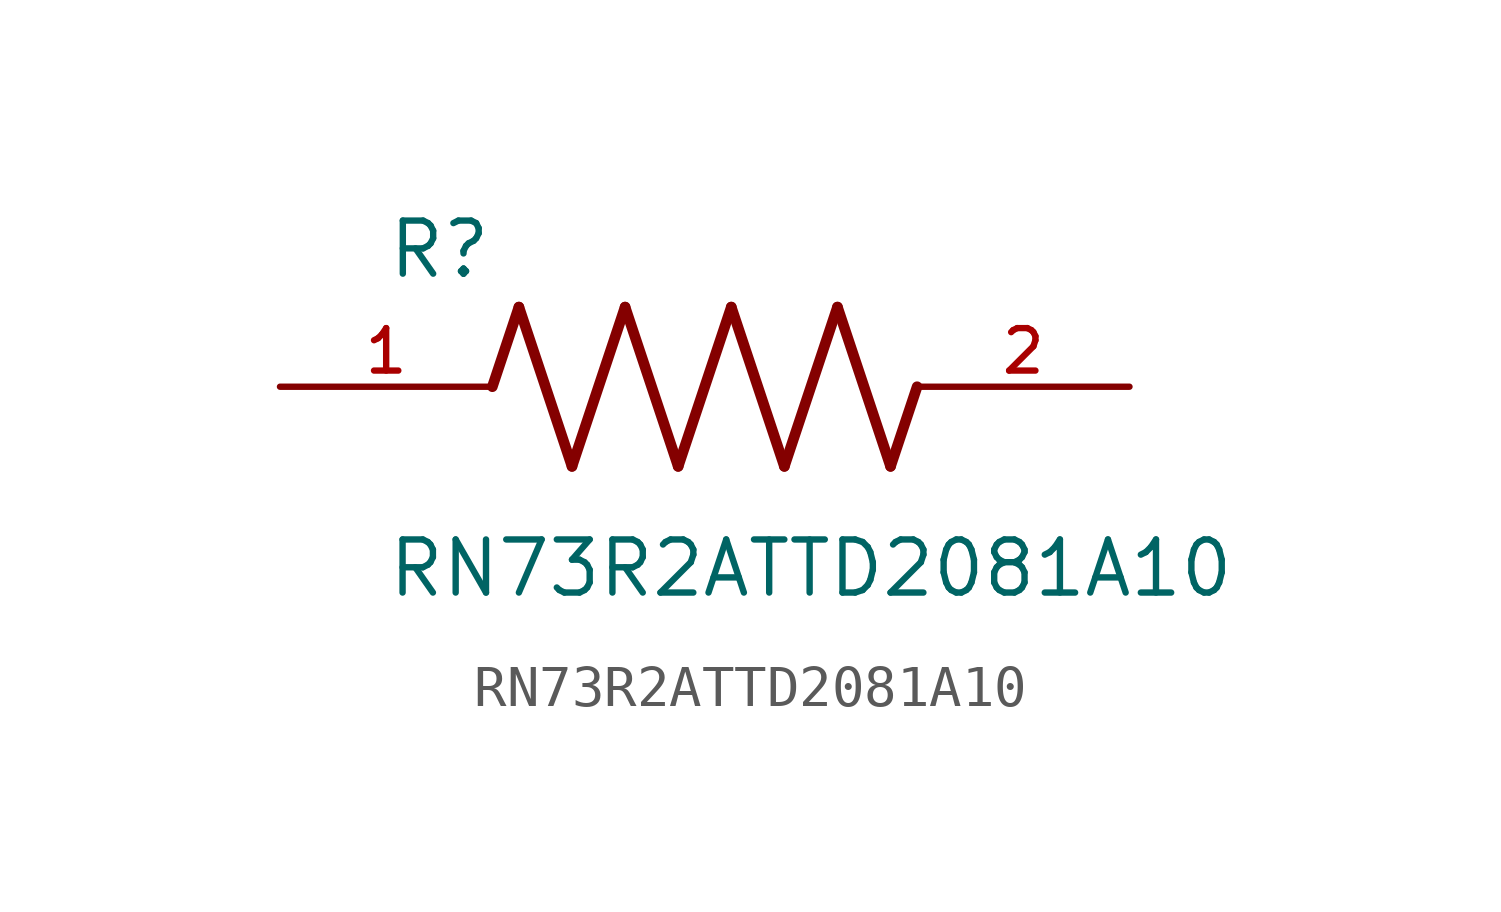
<source format=kicad_sym>
(kicad_symbol_lib
  (version 20211014)
  (generator kicad_symbol_editor)
  (symbol "RN73R2ATTD2081A10"
    (pin_names
      (offset 1.016))
    (property "Reference" "R"
      (at -7.624 2.541 0)
      (effects (font (size 1.27 1.27)) (justify bottom left)))
    (property "Value" "RN73R2ATTD2081A10"
      (at -7.63 -5.087 0)
      (effects (font (size 1.27 1.27)) (justify bottom left)))
    (symbol "RN73R2ATTD2081A10_0_0"
      (polyline (pts (xy -5.08 0.0) (xy -4.445 1.905)) (stroke (width 0.254)))
      (polyline (pts (xy -4.445 1.905) (xy -3.175 -1.905)) (stroke (width 0.254)))
      (polyline (pts (xy -3.175 -1.905) (xy -1.905 1.905)) (stroke (width 0.254)))
      (polyline (pts (xy -1.905 1.905) (xy -0.635 -1.905)) (stroke (width 0.254)))
      (polyline (pts (xy -0.635 -1.905) (xy 0.635 1.905)) (stroke (width 0.254)))
      (polyline (pts (xy 0.635 1.905) (xy 1.905 -1.905)) (stroke (width 0.254)))
      (polyline (pts (xy 1.905 -1.905) (xy 3.175 1.905)) (stroke (width 0.254)))
      (polyline (pts (xy 3.175 1.905) (xy 4.445 -1.905)) (stroke (width 0.254)))
      (polyline (pts (xy 4.445 -1.905) (xy 5.08 0.0)) (stroke (width 0.254)))
      (pin passive line (at -10.16 0.0 0) (length 5.08) (name "~" (effects (font (size 1.016 1.016)))) (number "1" (effects (font (size 1.016 1.016)))))
      (pin passive line (at 10.16 0.0 180.0) (length 5.08) (name "~" (effects (font (size 1.016 1.016)))) (number "2" (effects (font (size 1.016 1.016))))))))
</source>
